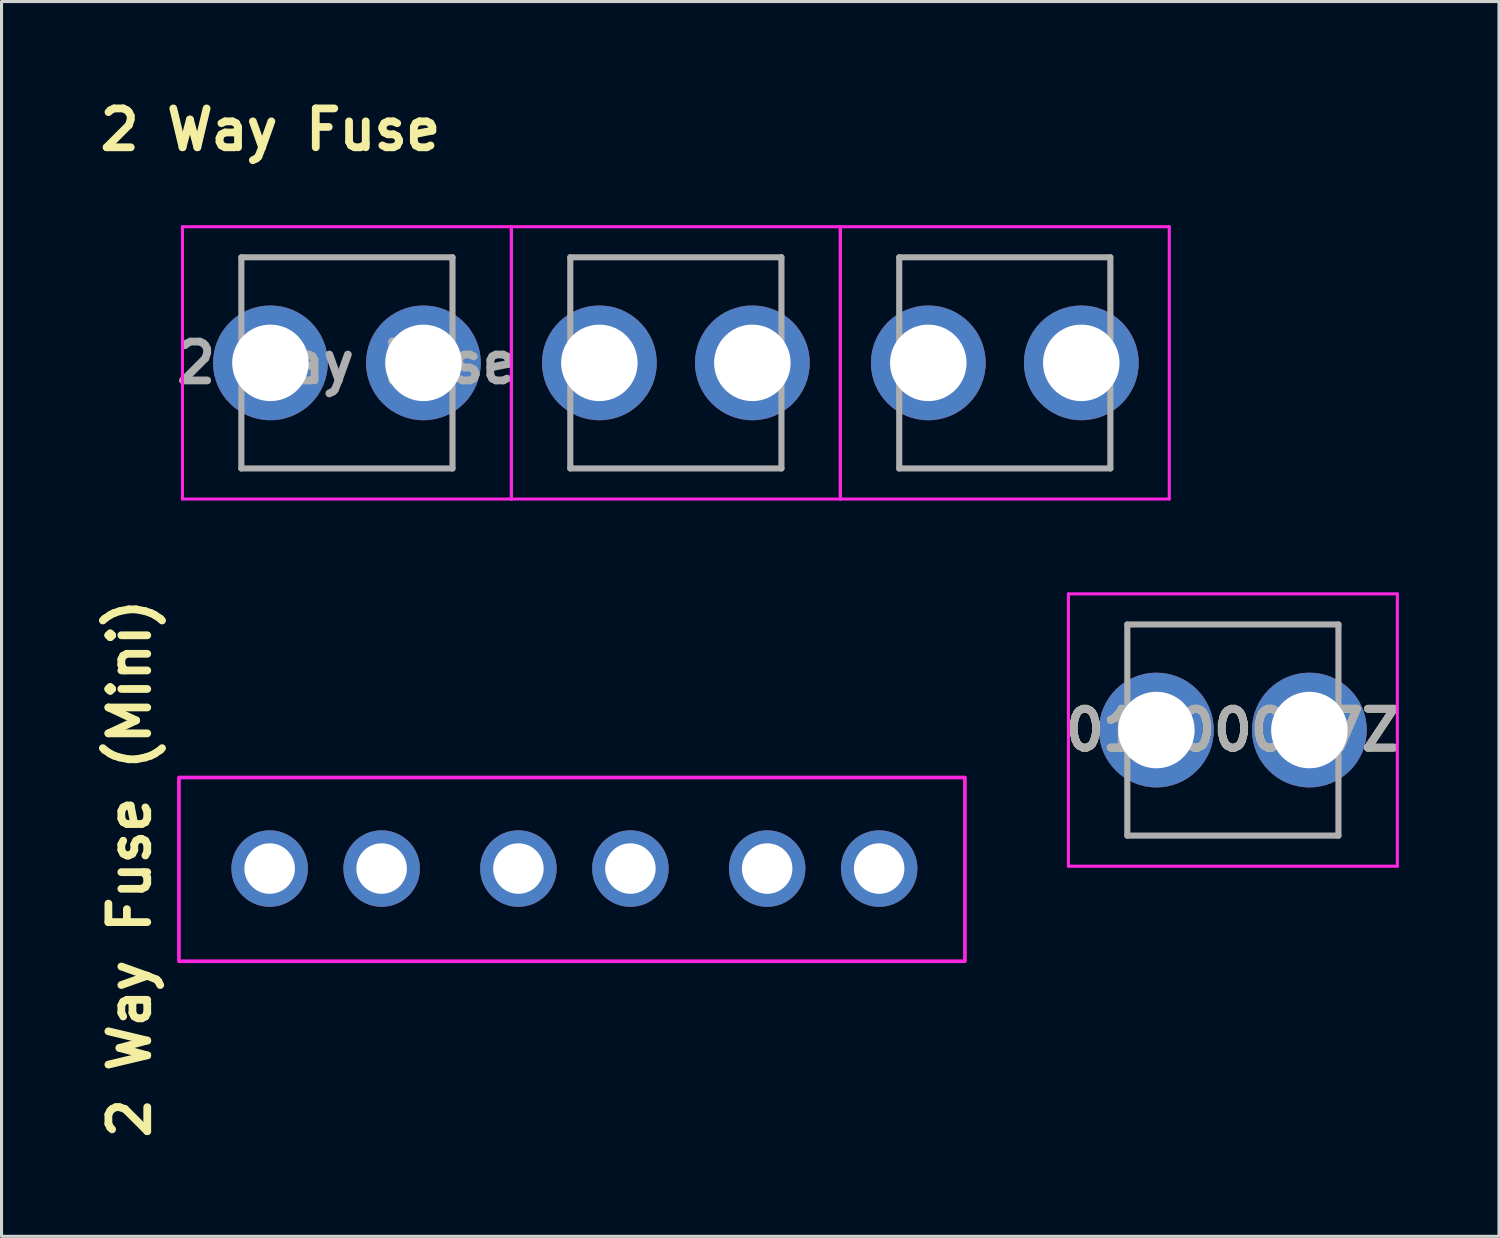
<source format=kicad_pcb>
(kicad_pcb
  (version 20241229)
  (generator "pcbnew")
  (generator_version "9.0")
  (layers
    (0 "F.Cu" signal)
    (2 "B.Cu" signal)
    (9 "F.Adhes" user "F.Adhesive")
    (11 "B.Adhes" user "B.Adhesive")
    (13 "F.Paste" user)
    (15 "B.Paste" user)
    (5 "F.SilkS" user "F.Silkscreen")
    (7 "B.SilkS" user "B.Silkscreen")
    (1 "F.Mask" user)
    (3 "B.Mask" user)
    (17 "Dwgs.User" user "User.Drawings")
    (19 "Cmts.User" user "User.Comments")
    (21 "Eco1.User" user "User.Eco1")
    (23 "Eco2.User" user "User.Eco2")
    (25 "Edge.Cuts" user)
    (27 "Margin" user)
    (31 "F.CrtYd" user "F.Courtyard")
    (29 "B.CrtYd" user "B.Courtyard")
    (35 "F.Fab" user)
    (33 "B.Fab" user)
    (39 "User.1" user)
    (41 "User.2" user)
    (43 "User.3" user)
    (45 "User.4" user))
  (footprint "01000057Z"
    (layer "F.Cu")
    (at 34.742 20.809)
    (property "Reference" "01000057Z" (at 2.5 0 0) (layer "F.SilkS") (effects (font (size 1.27 1.27) (thickness 0.254))))
    (attr through_hole)
    (fp_line (start -0.95 -3.45) (end 5.95 -3.45) (stroke (width 0.1) (type solid)) (layer "F.SilkS"))
    (fp_line (start -0.95 -3) (end -0.95 -3.45) (stroke (width 0.1) (type solid)) (layer "F.SilkS"))
    (fp_line (start -0.95 -2.5) (end -0.95 -3) (stroke (width 0.1) (type solid)) (layer "F.SilkS"))
    (fp_line (start -0.95 2.5) (end -0.95 3.45) (stroke (width 0.1) (type solid)) (layer "F.SilkS"))
    (fp_line (start -0.95 3.45) (end 5.95 3.45) (stroke (width 0.1) (type solid)) (layer "F.SilkS"))
    (fp_line (start 5.95 -3.45) (end 5.95 -2.5) (stroke (width 0.1) (type solid)) (layer "F.SilkS"))
    (fp_line (start 5.95 3.45) (end 5.95 2.5) (stroke (width 0.1) (type solid)) (layer "F.SilkS"))
    (fp_line (start -2.875 -4.45) (end 7.875 -4.45) (stroke (width 0.1) (type solid)) (layer "F.CrtYd"))
    (fp_line (start -2.875 4.45) (end -2.875 -4.45) (stroke (width 0.1) (type solid)) (layer "F.CrtYd"))
    (fp_line (start 7.875 -4.45) (end 7.875 4.45) (stroke (width 0.1) (type solid)) (layer "F.CrtYd"))
    (fp_line (start 7.875 4.45) (end -2.875 4.45) (stroke (width 0.1) (type solid)) (layer "F.CrtYd"))
    (fp_line (start -0.95 -3.45) (end 5.95 -3.45) (stroke (width 0.2) (type solid)) (layer "F.Fab"))
    (fp_line (start -0.95 3.45) (end -0.95 -3.45) (stroke (width 0.2) (type solid)) (layer "F.Fab"))
    (fp_line (start 5.95 -3.45) (end 5.95 3.45) (stroke (width 0.2) (type solid)) (layer "F.Fab"))
    (fp_line (start 5.95 3.45) (end -0.95 3.45) (stroke (width 0.2) (type solid)) (layer "F.Fab"))
    (fp_text user "${REFERENCE}" (at 2.5 0 0) (layer "F.Fab") (effects (font (size 1.27 1.27) (thickness 0.254))))
    (pad "1" thru_hole circle (at 0 0) (size 3.75 3.75) (drill 2.5) (layers "*.Cu" "*.Mask"))
    (pad "2" thru_hole circle (at 5 0) (size 3.75 3.75) (drill 2.5) (layers "*.Cu" "*.Mask")))
  (footprint "2 Way Fuse (Mini)"
    (layer "F.Cu")
    (at 5.762 25.336)
    (property "Reference" "2 Way Fuse (Mini)" (at -4.574 -0.004 270) (layer "F.SilkS") (effects (font (size 1.27 1.27) (thickness 0.254))))
    (attr through_hole)
    (fp_rect (start -2.964 -2.976) (end 22.723 3.028) (stroke (width 0.12) (type solid)) (fill no) (layer "F.CrtYd"))
    (pad "1" thru_hole circle (at 0 0) (size 2.5 2.5) (drill 1.65) (layers "*.Cu" "*.Mask"))
    (pad "2" thru_hole circle (at 3.66 0) (size 2.5 2.5) (drill 1.65) (layers "*.Cu" "*.Mask"))
    (pad "3" thru_hole circle (at 8.13 0) (size 2.5 2.5) (drill 1.65) (layers "*.Cu" "*.Mask"))
    (pad "4" thru_hole circle (at 11.79 0) (size 2.5 2.5) (drill 1.65) (layers "*.Cu" "*.Mask"))
    (pad "5" thru_hole circle (at 16.26 0) (size 2.5 2.5) (drill 1.65) (layers "*.Cu" "*.Mask"))
    (pad "6" thru_hole circle (at 19.92 0) (size 2.5 2.5) (drill 1.65) (layers "*.Cu" "*.Mask")))
  (footprint "2 Way Fuse"
    (layer "F.Cu")
    (at 5.788 8.809)
    (property "Reference" "2 Way Fuse" (at 0 -7.62 0) (layer "F.SilkS") (effects (font (size 1.27 1.27) (thickness 0.254))))
    (attr through_hole)
    (fp_line (start -0.95 -3.45) (end 5.95 -3.45) (stroke (width 0.1) (type solid)) (layer "F.SilkS"))
    (fp_line (start -0.95 -3) (end -0.95 -3.45) (stroke (width 0.1) (type solid)) (layer "F.SilkS"))
    (fp_line (start -0.95 -2.5) (end -0.95 -3) (stroke (width 0.1) (type solid)) (layer "F.SilkS"))
    (fp_line (start -0.95 2.5) (end -0.95 3.45) (stroke (width 0.1) (type solid)) (layer "F.SilkS"))
    (fp_line (start -0.95 3.45) (end 5.95 3.45) (stroke (width 0.1) (type solid)) (layer "F.SilkS"))
    (fp_line (start 5.95 -3.45) (end 5.95 -2.5) (stroke (width 0.1) (type solid)) (layer "F.SilkS"))
    (fp_line (start 5.95 3.45) (end 5.95 2.5) (stroke (width 0.1) (type solid)) (layer "F.SilkS"))
    (fp_line (start 9.8 -3.45) (end 16.7 -3.45) (stroke (width 0.1) (type solid)) (layer "F.SilkS"))
    (fp_line (start 9.8 -3) (end 9.8 -3.45) (stroke (width 0.1) (type solid)) (layer "F.SilkS"))
    (fp_line (start 9.8 -2.5) (end 9.8 -3) (stroke (width 0.1) (type solid)) (layer "F.SilkS"))
    (fp_line (start 9.8 2.5) (end 9.8 3.45) (stroke (width 0.1) (type solid)) (layer "F.SilkS"))
    (fp_line (start 9.8 3.45) (end 16.7 3.45) (stroke (width 0.1) (type solid)) (layer "F.SilkS"))
    (fp_line (start 16.7 -3.45) (end 16.7 -2.5) (stroke (width 0.1) (type solid)) (layer "F.SilkS"))
    (fp_line (start 16.7 3.45) (end 16.7 2.5) (stroke (width 0.1) (type solid)) (layer "F.SilkS"))
    (fp_line (start 20.55 -3.45) (end 27.45 -3.45) (stroke (width 0.1) (type solid)) (layer "F.SilkS"))
    (fp_line (start 20.55 -3) (end 20.55 -3.45) (stroke (width 0.1) (type solid)) (layer "F.SilkS"))
    (fp_line (start 20.55 -2.5) (end 20.55 -3) (stroke (width 0.1) (type solid)) (layer "F.SilkS"))
    (fp_line (start 20.55 2.5) (end 20.55 3.45) (stroke (width 0.1) (type solid)) (layer "F.SilkS"))
    (fp_line (start 20.55 3.45) (end 27.45 3.45) (stroke (width 0.1) (type solid)) (layer "F.SilkS"))
    (fp_line (start 27.45 -3.45) (end 27.45 -2.5) (stroke (width 0.1) (type solid)) (layer "F.SilkS"))
    (fp_line (start 27.45 3.45) (end 27.45 2.5) (stroke (width 0.1) (type solid)) (layer "F.SilkS"))
    (fp_line (start -2.875 -4.45) (end 7.875 -4.45) (stroke (width 0.1) (type solid)) (layer "F.CrtYd"))
    (fp_line (start -2.875 4.45) (end -2.875 -4.45) (stroke (width 0.1) (type solid)) (layer "F.CrtYd"))
    (fp_line (start 7.875 -4.45) (end 7.875 4.45) (stroke (width 0.1) (type solid)) (layer "F.CrtYd"))
    (fp_line (start 7.875 -4.45) (end 18.625 -4.45) (stroke (width 0.1) (type solid)) (layer "F.CrtYd"))
    (fp_line (start 7.875 4.45) (end -2.875 4.45) (stroke (width 0.1) (type solid)) (layer "F.CrtYd"))
    (fp_line (start 7.875 4.45) (end 7.875 -4.45) (stroke (width 0.1) (type solid)) (layer "F.CrtYd"))
    (fp_line (start 18.625 -4.45) (end 18.625 4.45) (stroke (width 0.1) (type solid)) (layer "F.CrtYd"))
    (fp_line (start 18.625 -4.45) (end 29.375 -4.45) (stroke (width 0.1) (type solid)) (layer "F.CrtYd"))
    (fp_line (start 18.625 4.45) (end 7.875 4.45) (stroke (width 0.1) (type solid)) (layer "F.CrtYd"))
    (fp_line (start 18.625 4.45) (end 18.625 -4.45) (stroke (width 0.1) (type solid)) (layer "F.CrtYd"))
    (fp_line (start 29.375 -4.45) (end 29.375 4.45) (stroke (width 0.1) (type solid)) (layer "F.CrtYd"))
    (fp_line (start 29.375 4.45) (end 18.625 4.45) (stroke (width 0.1) (type solid)) (layer "F.CrtYd"))
    (fp_line (start -0.95 -3.45) (end 5.95 -3.45) (stroke (width 0.2) (type solid)) (layer "F.Fab"))
    (fp_line (start -0.95 3.45) (end -0.95 -3.45) (stroke (width 0.2) (type solid)) (layer "F.Fab"))
    (fp_line (start 5.95 -3.45) (end 5.95 3.45) (stroke (width 0.2) (type solid)) (layer "F.Fab"))
    (fp_line (start 5.95 3.45) (end -0.95 3.45) (stroke (width 0.2) (type solid)) (layer "F.Fab"))
    (fp_line (start 9.8 -3.45) (end 16.7 -3.45) (stroke (width 0.2) (type solid)) (layer "F.Fab"))
    (fp_line (start 9.8 3.45) (end 9.8 -3.45) (stroke (width 0.2) (type solid)) (layer "F.Fab"))
    (fp_line (start 16.7 -3.45) (end 16.7 3.45) (stroke (width 0.2) (type solid)) (layer "F.Fab"))
    (fp_line (start 16.7 3.45) (end 9.8 3.45) (stroke (width 0.2) (type solid)) (layer "F.Fab"))
    (fp_line (start 20.55 -3.45) (end 27.45 -3.45) (stroke (width 0.2) (type solid)) (layer "F.Fab"))
    (fp_line (start 20.55 3.45) (end 20.55 -3.45) (stroke (width 0.2) (type solid)) (layer "F.Fab"))
    (fp_line (start 27.45 -3.45) (end 27.45 3.45) (stroke (width 0.2) (type solid)) (layer "F.Fab"))
    (fp_line (start 27.45 3.45) (end 20.55 3.45) (stroke (width 0.2) (type solid)) (layer "F.Fab"))
    (fp_text user "${REFERENCE}" (at 2.5 0 0) (layer "F.Fab") (effects (font (size 1.27 1.27) (thickness 0.254))))
    (pad "1" thru_hole circle (at 0 0) (size 3.75 3.75) (drill 2.5) (layers "*.Cu" "*.Mask"))
    (pad "2" thru_hole circle (at 5 0) (size 3.75 3.75) (drill 2.5) (layers "*.Cu" "*.Mask"))
    (pad "3" thru_hole circle (at 10.75 0) (size 3.75 3.75) (drill 2.5) (layers "*.Cu" "*.Mask"))
    (pad "4" thru_hole circle (at 15.75 0) (size 3.75 3.75) (drill 2.5) (layers "*.Cu" "*.Mask"))
    (pad "5" thru_hole circle (at 21.5 0) (size 3.75 3.75) (drill 2.5) (layers "*.Cu" "*.Mask"))
    (pad "6" thru_hole circle (at 26.5 0) (size 3.75 3.75) (drill 2.5) (layers "*.Cu" "*.Mask")))
  (gr_rect
    (start -3 -3)
    (end 45.939 37.355)
    (stroke (width 0.1) (type default))
    (fill no)
    (layer "Edge.Cuts")))
</source>
